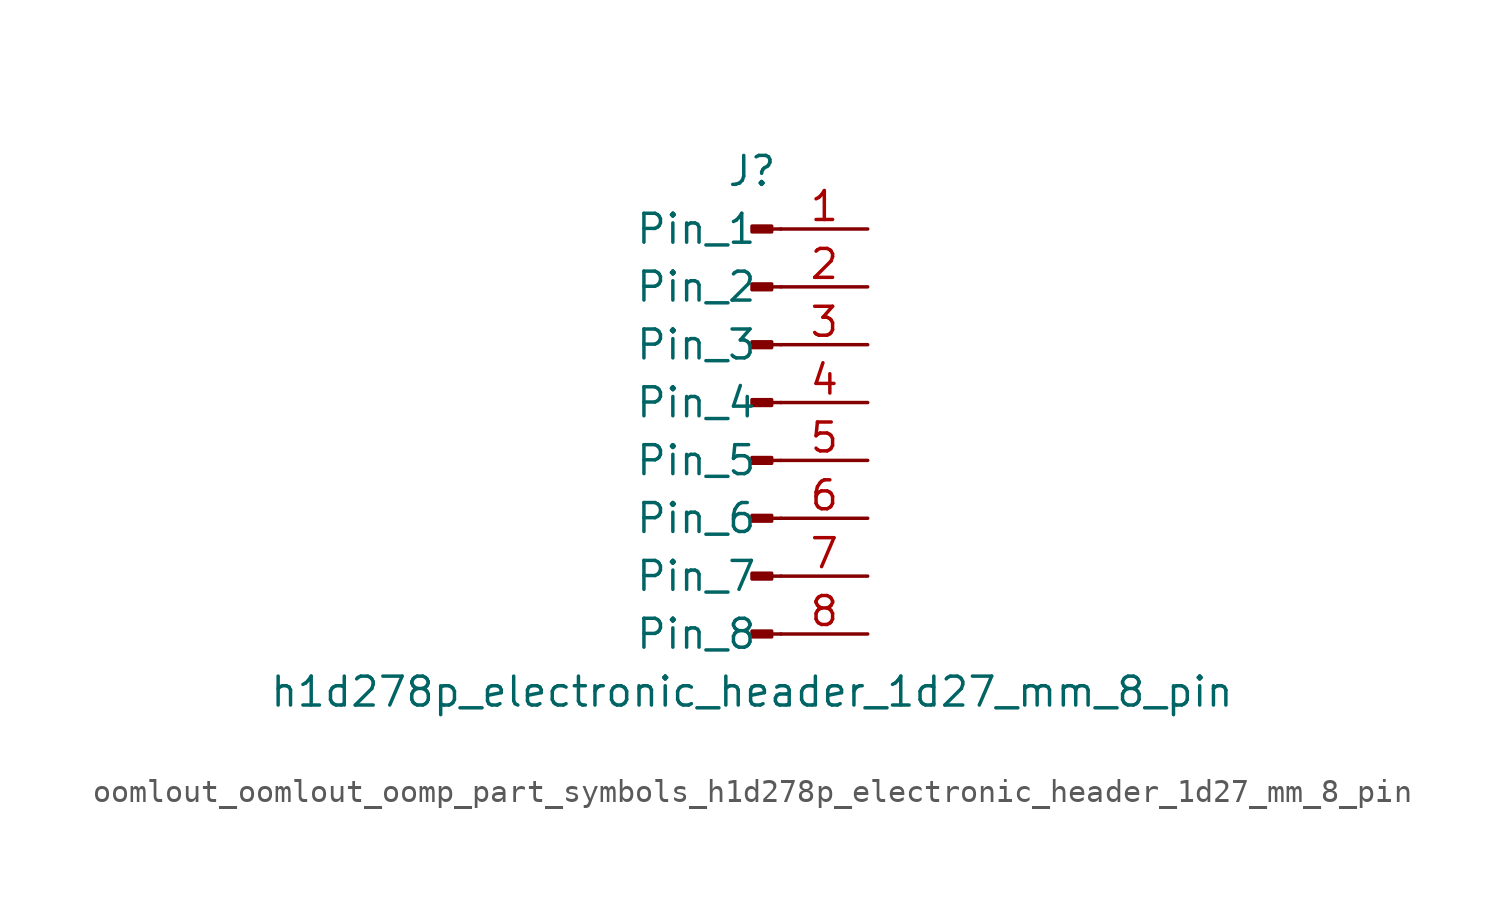
<source format=kicad_sym>
(kicad_symbol_lib
  (version 20220914)
  (generator kicad_symbol_editor)
  (symbol "oomlout_oomlout_oomp_part_symbols_h1d278p_electronic_header_1d27_mm_8_pin"
    (pin_names
      (offset 1.016))
    (property "Reference" "J"
      (at 0 10.16 0)
      (effects (font (size 1.27 1.27))))
    (property "Value" "h1d278p_electronic_header_1d27_mm_8_pin"
      (at 0 -12.7 0)
      (effects (font (size 1.27 1.27))))
    (property "ki_locked" ""
      (at 0 0 0)
      (effects (font (size 1.27 1.27))))
    (symbol "oomlout_oomlout_oomp_part_symbols_h1d278p_electronic_header_1d27_mm_8_pin_1_1"
      (polyline (pts (xy 1.27 -10.16) (xy 0.864 -10.16)) (stroke (width 0.152) (type default)) (fill (type none)))
      (polyline (pts (xy 1.27 -7.62) (xy 0.864 -7.62)) (stroke (width 0.152) (type default)) (fill (type none)))
      (polyline (pts (xy 1.27 -5.08) (xy 0.864 -5.08)) (stroke (width 0.152) (type default)) (fill (type none)))
      (polyline (pts (xy 1.27 -2.54) (xy 0.864 -2.54)) (stroke (width 0.152) (type default)) (fill (type none)))
      (polyline (pts (xy 1.27 0) (xy 0.864 0)) (stroke (width 0.152) (type default)) (fill (type none)))
      (polyline (pts (xy 1.27 2.54) (xy 0.864 2.54)) (stroke (width 0.152) (type default)) (fill (type none)))
      (polyline (pts (xy 1.27 5.08) (xy 0.864 5.08)) (stroke (width 0.152) (type default)) (fill (type none)))
      (polyline (pts (xy 1.27 7.62) (xy 0.864 7.62)) (stroke (width 0.152) (type default)) (fill (type none)))
      (rectangle (start 0.864 -10.033) (end 0 -10.287) (stroke (width 0.152) (type default)) (fill (type outline)))
      (rectangle (start 0.864 -7.493) (end 0 -7.747) (stroke (width 0.152) (type default)) (fill (type outline)))
      (rectangle (start 0.864 -4.953) (end 0 -5.207) (stroke (width 0.152) (type default)) (fill (type outline)))
      (rectangle (start 0.864 -2.413) (end 0 -2.667) (stroke (width 0.152) (type default)) (fill (type outline)))
      (rectangle (start 0.864 0.127) (end 0 -0.127) (stroke (width 0.152) (type default)) (fill (type outline)))
      (rectangle (start 0.864 2.667) (end 0 2.413) (stroke (width 0.152) (type default)) (fill (type outline)))
      (rectangle (start 0.864 5.207) (end 0 4.953) (stroke (width 0.152) (type default)) (fill (type outline)))
      (rectangle (start 0.864 7.747) (end 0 7.493) (stroke (width 0.152) (type default)) (fill (type outline)))
      (pin passive line (at 5.08 7.62 180) (length 3.81) (name "Pin_1" (effects (font (size 1.27 1.27)))) (number "1" (effects (font (size 1.27 1.27)))))
      (pin passive line (at 5.08 5.08 180) (length 3.81) (name "Pin_2" (effects (font (size 1.27 1.27)))) (number "2" (effects (font (size 1.27 1.27)))))
      (pin passive line (at 5.08 2.54 180) (length 3.81) (name "Pin_3" (effects (font (size 1.27 1.27)))) (number "3" (effects (font (size 1.27 1.27)))))
      (pin passive line (at 5.08 0 180) (length 3.81) (name "Pin_4" (effects (font (size 1.27 1.27)))) (number "4" (effects (font (size 1.27 1.27)))))
      (pin passive line (at 5.08 -2.54 180) (length 3.81) (name "Pin_5" (effects (font (size 1.27 1.27)))) (number "5" (effects (font (size 1.27 1.27)))))
      (pin passive line (at 5.08 -5.08 180) (length 3.81) (name "Pin_6" (effects (font (size 1.27 1.27)))) (number "6" (effects (font (size 1.27 1.27)))))
      (pin passive line (at 5.08 -7.62 180) (length 3.81) (name "Pin_7" (effects (font (size 1.27 1.27)))) (number "7" (effects (font (size 1.27 1.27)))))
      (pin passive line (at 5.08 -10.16 180) (length 3.81) (name "Pin_8" (effects (font (size 1.27 1.27)))) (number "8" (effects (font (size 1.27 1.27))))))))
</source>
